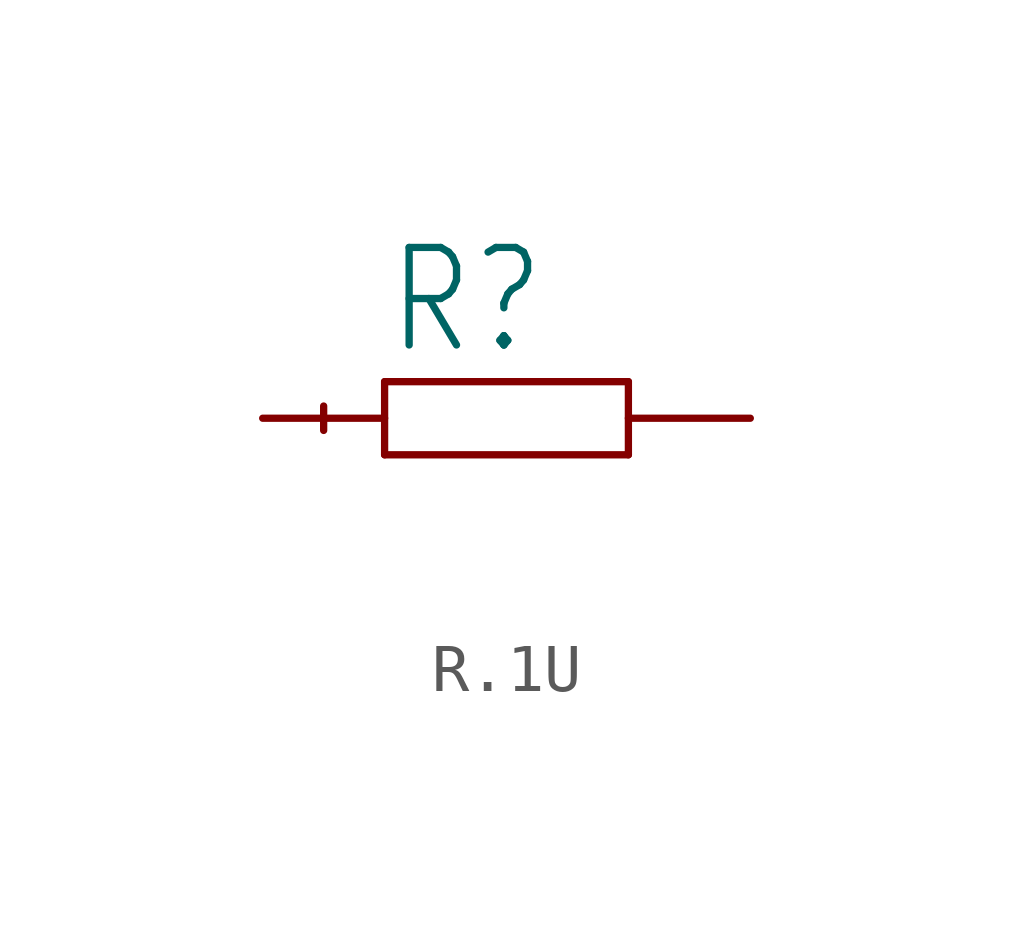
<source format=kicad_sym>
(kicad_symbol_lib
  (version 20241209)
  (generator "kicad_symbol_editor")
  (generator_version "9.0")
  (symbol "R.1U"
    (property "Reference" "R"
      (at -2.54 1.27 0)
      (effects (font (size 2.032 1.727)) (justify left bottom)))
    (property "Value" ""
      (at -3.81 -3.556 0)
      (effects (font (size 2.032 1.727)) (justify left bottom)))
    (property "ki_locked" ""
      (at 0 0 0)
      (effects (font (size 1.27 1.27))))
    (symbol "R.1U_1_0"
      (polyline (pts (xy -3.81 0.254) (xy -3.81 -0.254)) (stroke (width 0.152) (type solid)) (fill (type none)))
      (polyline (pts (xy -2.54 0.762) (xy -2.54 -0.762)) (stroke (width 0.152) (type solid)) (fill (type none)))
      (polyline (pts (xy -2.54 -0.762) (xy 2.54 -0.762)) (stroke (width 0.152) (type solid)) (fill (type none)))
      (polyline (pts (xy 2.54 0.762) (xy -2.54 0.762)) (stroke (width 0.152) (type solid)) (fill (type none)))
      (polyline (pts (xy 2.54 -0.762) (xy 2.54 0.762)) (stroke (width 0.152) (type solid)) (fill (type none)))
      (pin passive line (at -5.08 0 0) (length 2.54) (name "1" (effects (font (size 0 0)))) (number "1" (effects (font (size 0 0)))))
      (pin passive line (at 5.08 0 180) (length 2.54) (name "2" (effects (font (size 0 0)))) (number "2" (effects (font (size 0 0))))))))
</source>
